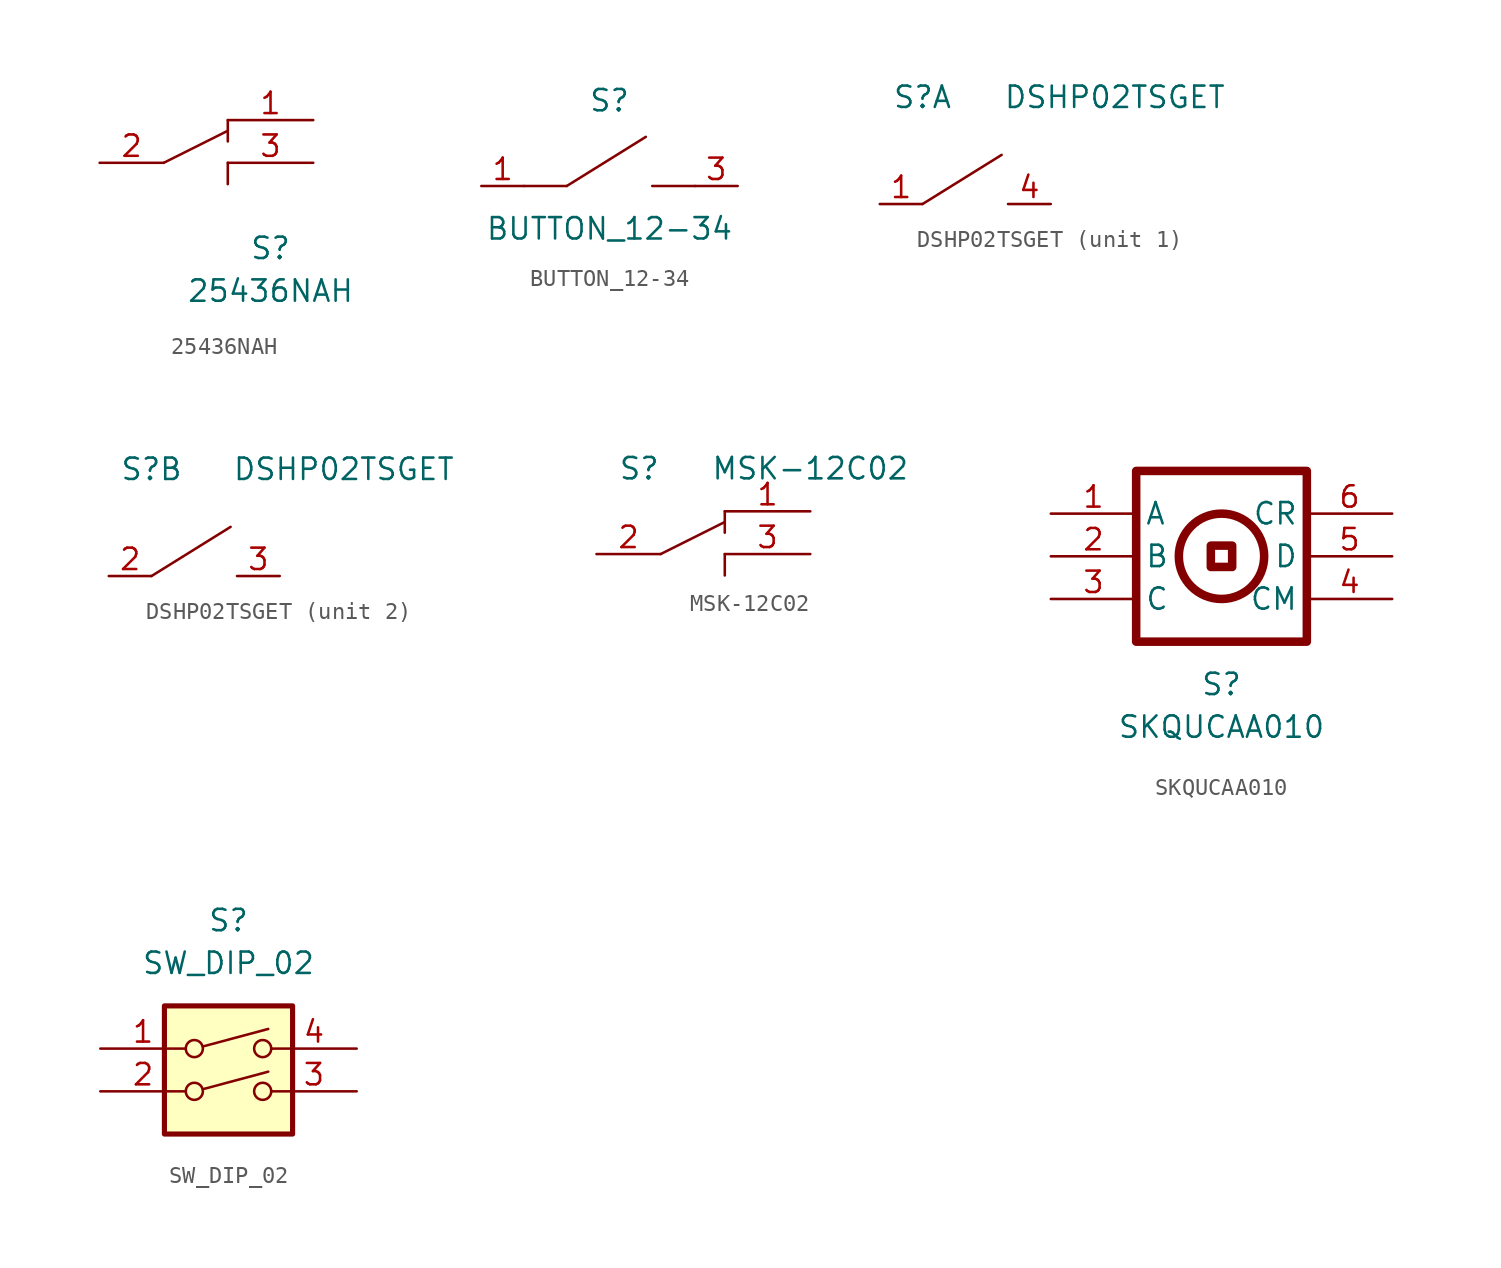
<source format=kicad_sym>
(kicad_symbol_lib
  (version 20220914)
  (generator kicad_symbol_editor)
  (symbol "25436NAH"
    (pin_names
      (offset 1.016) hide)
    (property "Reference" "S"
      (at 10.16 -5.08 0)
      (effects (font (size 1.27 1.27))))
    (property "Value" "25436NAH"
      (at 10.16 -7.62 0)
      (effects (font (size 1.27 1.27))))
    (symbol "25436NAH_0_1"
      (polyline (pts (xy 3.81 0) (xy 7.62 1.905)) (stroke (width 0) (type default)) (fill (type none)))
      (polyline (pts (xy 7.62 0) (xy 7.62 -1.27)) (stroke (width 0) (type default)) (fill (type none)))
      (polyline (pts (xy 7.62 2.54) (xy 7.62 1.27)) (stroke (width 0) (type default)) (fill (type none))))
    (symbol "25436NAH_1_1"
      (pin passive line (at 12.7 2.54 180) (length 5.08) (name "1" (effects (font (size 1.27 1.27)))) (number "1" (effects (font (size 1.27 1.27)))))
      (pin passive line (at 0 0 0) (length 3.81) (name "2" (effects (font (size 1.27 1.27)))) (number "2" (effects (font (size 1.27 1.27)))))
      (pin passive line (at 12.7 0 180) (length 5.08) (name "3" (effects (font (size 1.27 1.27)))) (number "3" (effects (font (size 1.27 1.27)))))))
  (symbol "BUTTON_12-34"
    (pin_names
      (offset 1.016) hide)
    (property "Reference" "S"
      (at 7.62 5.08 0)
      (effects (font (size 1.27 1.27))))
    (property "Value" "BUTTON_12-34"
      (at 7.62 -2.54 0)
      (effects (font (size 1.27 1.27))))
    (symbol "BUTTON_12-34_0_1"
      (polyline (pts (xy 2.54 0) (xy 5.08 0)) (stroke (width 0) (type default)) (fill (type none)))
      (polyline (pts (xy 12.7 0) (xy 10.16 0)) (stroke (width 0) (type default)) (fill (type none))))
    (symbol "BUTTON_12-34_1_1"
      (polyline (pts (xy 5.08 0) (xy 9.779 2.921)) (stroke (width 0) (type default)) (fill (type none)))
      (pin passive line (at 0 0 0) (length 2.54) (name "1" (effects (font (size 1.27 1.27)))) (number "1" (effects (font (size 1.27 1.27)))))
      (pin passive line (at 0 0 0) (length 2.54) hide (name "2" (effects (font (size 1.27 1.27)))) (number "2" (effects (font (size 1.27 1.27)))))
      (pin passive line (at 15.24 0 180) (length 2.54) (name "3" (effects (font (size 1.27 1.27)))) (number "3" (effects (font (size 1.27 1.27)))))
      (pin passive line (at 15.24 0 180) (length 2.54) hide (name "4" (effects (font (size 1.27 1.27)))) (number "4" (effects (font (size 1.27 1.27)))))))
  (symbol "DSHP02TSGET"
    (pin_names
      (offset 1.016) hide)
    (property "Reference" "S"
      (at 2.54 6.35 0)
      (effects (font (size 1.27 1.27))))
    (property "Value" "DSHP02TSGET"
      (at 13.97 6.35 0)
      (effects (font (size 1.27 1.27))))
    (property "ki_locked" ""
      (at 0 0 0)
      (effects (font (size 1.27 1.27))))
    (symbol "DSHP02TSGET_0_1"
      (polyline (pts (xy 2.54 0) (xy 7.239 2.921)) (stroke (width 0) (type default)) (fill (type none))))
    (symbol "DSHP02TSGET_1_1"
      (pin passive line (at 0 0 0) (length 2.54) (name "1" (effects (font (size 1.27 1.27)))) (number "1" (effects (font (size 1.27 1.27)))))
      (pin passive line (at 10.16 0 180) (length 2.54) (name "4" (effects (font (size 1.27 1.27)))) (number "4" (effects (font (size 1.27 1.27))))))
    (symbol "DSHP02TSGET_2_1"
      (pin passive line (at 0 0 0) (length 2.54) (name "2" (effects (font (size 1.27 1.27)))) (number "2" (effects (font (size 1.27 1.27)))))
      (pin passive line (at 10.16 0 180) (length 2.54) (name "3" (effects (font (size 1.27 1.27)))) (number "3" (effects (font (size 1.27 1.27)))))))
  (symbol "MSK-12C02"
    (pin_names
      (offset 1.016) hide)
    (property "Reference" "S"
      (at 2.54 5.08 0)
      (effects (font (size 1.27 1.27))))
    (property "Value" "MSK-12C02"
      (at 12.7 5.08 0)
      (effects (font (size 1.27 1.27))))
    (symbol "MSK-12C02_0_1"
      (polyline (pts (xy 3.81 0) (xy 7.62 1.905)) (stroke (width 0) (type default)) (fill (type none)))
      (polyline (pts (xy 7.62 0) (xy 7.62 -1.27)) (stroke (width 0) (type default)) (fill (type none)))
      (polyline (pts (xy 7.62 2.54) (xy 7.62 1.27)) (stroke (width 0) (type default)) (fill (type none))))
    (symbol "MSK-12C02_1_1"
      (pin passive line (at 12.7 2.54 180) (length 5.08) (name "1" (effects (font (size 1.27 1.27)))) (number "1" (effects (font (size 1.27 1.27)))))
      (pin passive line (at 0 0 0) (length 3.81) (name "2" (effects (font (size 1.27 1.27)))) (number "2" (effects (font (size 1.27 1.27)))))
      (pin passive line (at 12.7 0 180) (length 5.08) (name "3" (effects (font (size 1.27 1.27)))) (number "3" (effects (font (size 1.27 1.27)))))))
  (symbol "SKQUCAA010"
    (property "Reference" "S"
      (at 10.16 -10.16 0)
      (effects (font (size 1.27 1.27))))
    (property "Value" "SKQUCAA010"
      (at 10.16 -12.7 0)
      (effects (font (size 1.27 1.27))))
    (symbol "SKQUCAA010_0_1"
      (rectangle (start 5.08 2.54) (end 15.24 -7.62) (stroke (width 0.508) (type default)) (fill (type none)))
      (rectangle (start 9.525 -1.905) (end 10.795 -3.175) (stroke (width 0.508) (type default)) (fill (type none)))
      (circle (center 10.16 -2.54) (radius 2.54) (stroke (width 0.508) (type default)) (fill (type none))))
    (symbol "SKQUCAA010_1_1"
      (pin passive line (at 0 0 0) (length 5.08) (name "A" (effects (font (size 1.27 1.27)))) (number "1" (effects (font (size 1.27 1.27)))))
      (pin passive line (at 0 -2.54 0) (length 5.08) (name "B" (effects (font (size 1.27 1.27)))) (number "2" (effects (font (size 1.27 1.27)))))
      (pin passive line (at 0 -5.08 0) (length 5.08) (name "C" (effects (font (size 1.27 1.27)))) (number "3" (effects (font (size 1.27 1.27)))))
      (pin passive line (at 20.32 -5.08 180) (length 5.08) (name "CM" (effects (font (size 1.27 1.27)))) (number "4" (effects (font (size 1.27 1.27)))))
      (pin passive line (at 20.32 -2.54 180) (length 5.08) (name "D" (effects (font (size 1.27 1.27)))) (number "5" (effects (font (size 1.27 1.27)))))
      (pin passive line (at 20.32 0 180) (length 5.08) (name "CR" (effects (font (size 1.27 1.27)))) (number "6" (effects (font (size 1.27 1.27)))))))
  (symbol "SW_DIP_02"
    (pin_names
      (offset 1.016) hide)
    (property "Reference" "S"
      (at 0 7.62 0)
      (effects (font (size 1.27 1.27))))
    (property "Value" "SW_DIP_02"
      (at 0 5.08 0)
      (effects (font (size 1.27 1.27))))
    (symbol "SW_DIP_02_0_1"
      (rectangle (start -3.81 2.54) (end 3.81 -5.08) (stroke (width 0.305) (type default)) (fill (type background))))
    (symbol "SW_DIP_02_1_1"
      (circle (center -2.032 -2.54) (radius 0.508) (stroke (width 0) (type default)) (fill (type none)))
      (circle (center -2.032 0) (radius 0.508) (stroke (width 0) (type default)) (fill (type none)))
      (polyline (pts (xy -1.524 -2.413) (xy 2.362 -1.372)) (stroke (width 0) (type default)) (fill (type none)))
      (polyline (pts (xy -1.524 0.127) (xy 2.362 1.168)) (stroke (width 0) (type default)) (fill (type none)))
      (circle (center 2.032 -2.54) (radius 0.508) (stroke (width 0) (type default)) (fill (type none)))
      (circle (center 2.032 0) (radius 0.508) (stroke (width 0) (type default)) (fill (type none)))
      (pin passive line (at -7.62 0 0) (length 5.08) (name "1" (effects (font (size 1.27 1.27)))) (number "1" (effects (font (size 1.27 1.27)))))
      (pin passive line (at -7.62 -2.54 0) (length 5.08) (name "2" (effects (font (size 1.27 1.27)))) (number "2" (effects (font (size 1.27 1.27)))))
      (pin passive line (at 7.62 -2.54 180) (length 5.08) (name "3" (effects (font (size 1.27 1.27)))) (number "3" (effects (font (size 1.27 1.27)))))
      (pin passive line (at 7.62 0 180) (length 5.08) (name "4" (effects (font (size 1.27 1.27)))) (number "4" (effects (font (size 1.27 1.27))))))))
</source>
